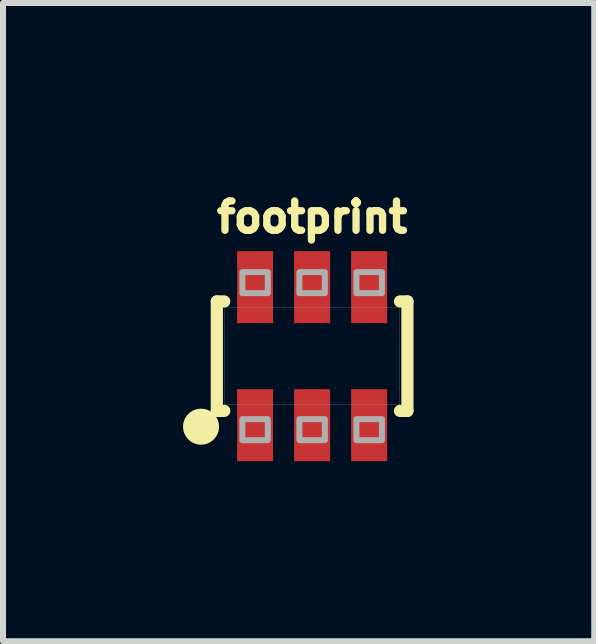
<source format=kicad_pcb>
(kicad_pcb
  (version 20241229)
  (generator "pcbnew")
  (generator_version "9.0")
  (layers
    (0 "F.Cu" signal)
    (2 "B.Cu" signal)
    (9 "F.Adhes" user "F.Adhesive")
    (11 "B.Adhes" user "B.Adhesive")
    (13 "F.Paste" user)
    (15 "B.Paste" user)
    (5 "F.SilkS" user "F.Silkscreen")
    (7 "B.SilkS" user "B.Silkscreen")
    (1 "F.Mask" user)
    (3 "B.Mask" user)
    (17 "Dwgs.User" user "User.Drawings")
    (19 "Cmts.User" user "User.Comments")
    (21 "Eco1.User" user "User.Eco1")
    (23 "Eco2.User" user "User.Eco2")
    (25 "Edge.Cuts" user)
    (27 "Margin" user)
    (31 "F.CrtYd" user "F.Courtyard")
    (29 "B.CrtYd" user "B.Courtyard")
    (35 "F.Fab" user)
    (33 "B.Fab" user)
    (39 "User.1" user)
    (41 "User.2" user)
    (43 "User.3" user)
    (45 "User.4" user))
  (footprint "footprint"
    (layer "F.Cu")
    (at 2.151 2.885)
    (property "Reference" "footprint" (at 0 -2.032 0) (layer "F.SilkS") (effects (font (size 0.488 0.488) (thickness 0.122)) (justify bottom)))
    (fp_line (start -1.588 -0.912) (end -1.464 -0.912) (stroke (width 0.203) (type solid)) (layer "F.SilkS"))
    (fp_line (start -1.588 0.912) (end -1.588 -0.912) (stroke (width 0.203) (type solid)) (layer "F.SilkS"))
    (fp_line (start -1.588 0.912) (end -1.464 0.912) (stroke (width 0.203) (type solid)) (layer "F.SilkS"))
    (fp_line (start 1.588 -0.912) (end 1.464 -0.912) (stroke (width 0.203) (type solid)) (layer "F.SilkS"))
    (fp_line (start 1.588 -0.912) (end 1.588 0.912) (stroke (width 0.203) (type solid)) (layer "F.SilkS"))
    (fp_line (start 1.588 0.912) (end 1.464 0.912) (stroke (width 0.203) (type solid)) (layer "F.SilkS"))
    (fp_circle (center -1.851 1.175) (end -1.701 1.175) (stroke (width 0.3) (type solid)) (fill yes) (layer "F.SilkS"))
    (fp_line (start -1.462 -0.812) (end 1.462 -0.812) (stroke (width 0.003) (type solid)) (layer "F.Fab"))
    (fp_line (start -1.462 0.812) (end -1.462 -0.812) (stroke (width 0.003) (type solid)) (layer "F.Fab"))
    (fp_line (start 1.462 -0.812) (end 1.462 0.812) (stroke (width 0.003) (type solid)) (layer "F.Fab"))
    (fp_line (start 1.462 0.812) (end -1.462 0.812) (stroke (width 0.003) (type solid)) (layer "F.Fab"))
    (fp_poly (pts (xy -1.163 -1.05) (xy -0.738 -1.05) (xy -0.738 -1.4) (xy -1.163 -1.4)) (stroke (width 0.1) (type solid)) (fill no) (layer "F.Fab"))
    (fp_poly (pts (xy -0.738 1.05) (xy -1.163 1.05) (xy -1.163 1.4) (xy -0.738 1.4)) (stroke (width 0.1) (type solid)) (fill no) (layer "F.Fab"))
    (fp_poly (pts (xy -0.212 -1.05) (xy 0.212 -1.05) (xy 0.212 -1.4) (xy -0.212 -1.4)) (stroke (width 0.1) (type solid)) (fill no) (layer "F.Fab"))
    (fp_poly (pts (xy 0.212 1.05) (xy -0.212 1.05) (xy -0.212 1.4) (xy 0.212 1.4)) (stroke (width 0.1) (type solid)) (fill no) (layer "F.Fab"))
    (fp_poly (pts (xy 0.738 -1.05) (xy 1.163 -1.05) (xy 1.163 -1.4) (xy 0.738 -1.4)) (stroke (width 0.1) (type solid)) (fill no) (layer "F.Fab"))
    (fp_poly (pts (xy 1.163 1.05) (xy 0.738 1.05) (xy 0.738 1.4) (xy 1.163 1.4)) (stroke (width 0.1) (type solid)) (fill no) (layer "F.Fab"))
    (pad "1" smd rect (at -0.95 1.15 180) (size 0.6 1.2) (layers "F.Cu" "F.Mask" "F.Paste"))
    (pad "2" smd rect (at 0 1.15 180) (size 0.6 1.2) (layers "F.Cu" "F.Mask" "F.Paste"))
    (pad "3" smd rect (at 0.95 1.15 180) (size 0.6 1.2) (layers "F.Cu" "F.Mask" "F.Paste"))
    (pad "4" smd rect (at 0.95 -1.15) (size 0.6 1.2) (layers "F.Cu" "F.Mask" "F.Paste"))
    (pad "5" smd rect (at 0 -1.15) (size 0.6 1.2) (layers "F.Cu" "F.Mask" "F.Paste"))
    (pad "6" smd rect (at -0.95 -1.15) (size 0.6 1.2) (layers "F.Cu" "F.Mask" "F.Paste")))
  (gr_rect
    (start -3 -3)
    (end 6.852 7.635)
    (stroke (width 0.1) (type default))
    (fill no)
    (layer "Edge.Cuts")))
</source>
